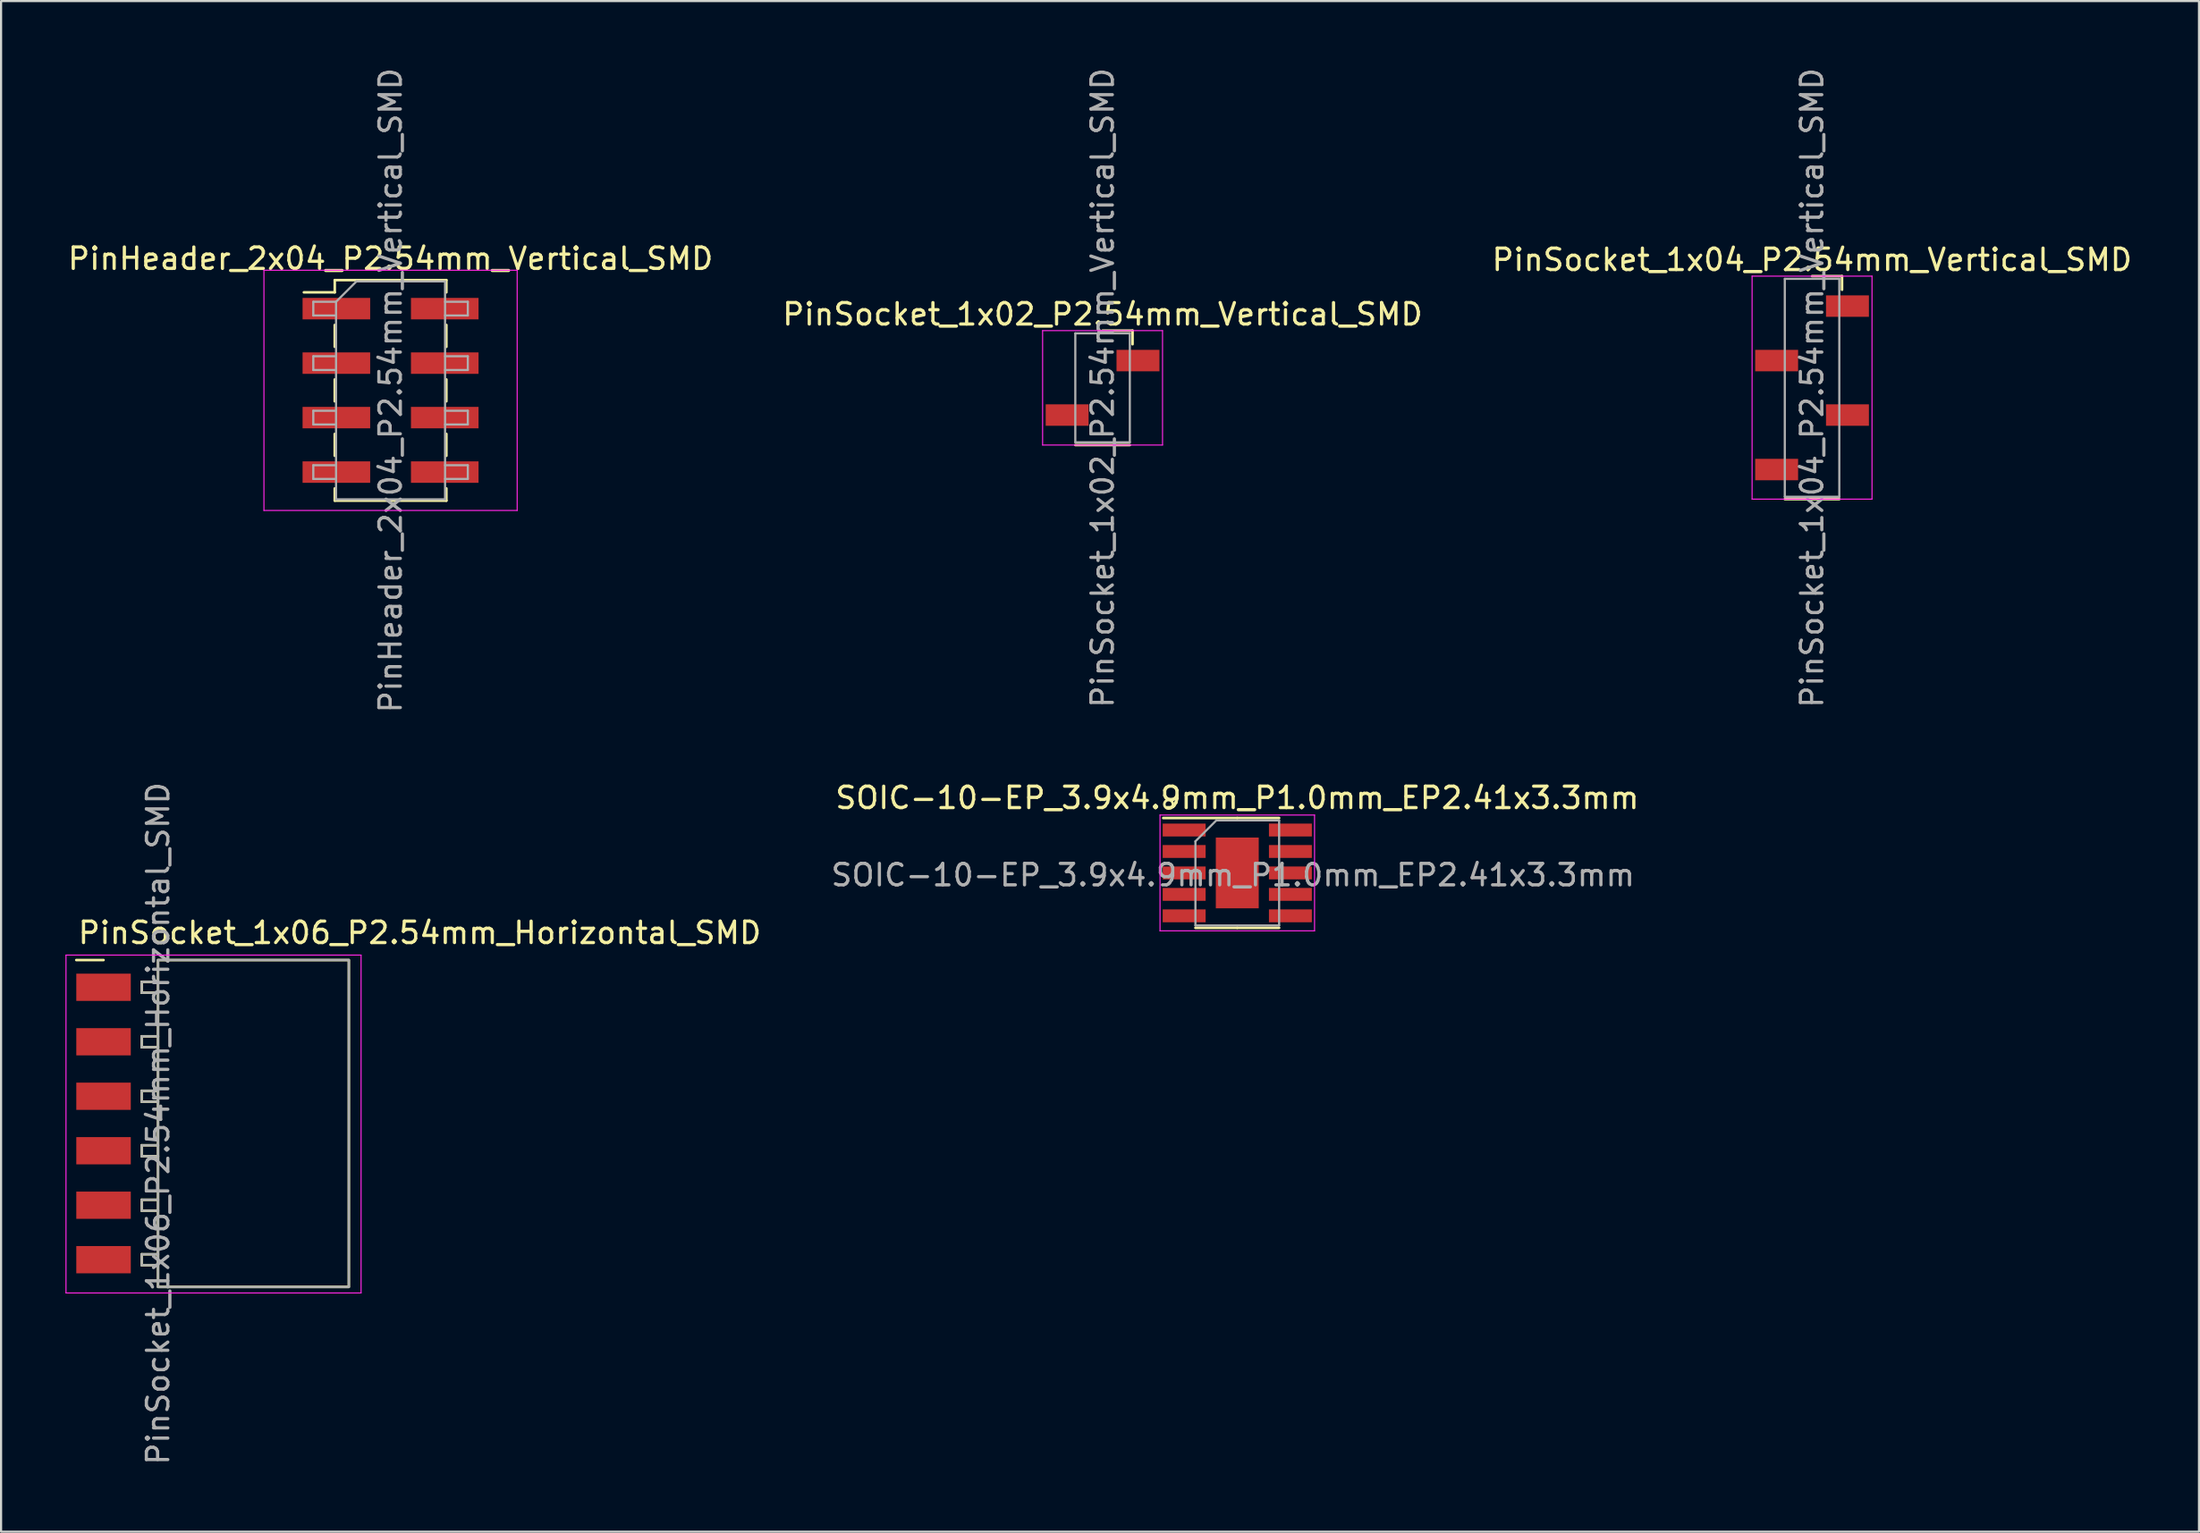
<source format=kicad_pcb>
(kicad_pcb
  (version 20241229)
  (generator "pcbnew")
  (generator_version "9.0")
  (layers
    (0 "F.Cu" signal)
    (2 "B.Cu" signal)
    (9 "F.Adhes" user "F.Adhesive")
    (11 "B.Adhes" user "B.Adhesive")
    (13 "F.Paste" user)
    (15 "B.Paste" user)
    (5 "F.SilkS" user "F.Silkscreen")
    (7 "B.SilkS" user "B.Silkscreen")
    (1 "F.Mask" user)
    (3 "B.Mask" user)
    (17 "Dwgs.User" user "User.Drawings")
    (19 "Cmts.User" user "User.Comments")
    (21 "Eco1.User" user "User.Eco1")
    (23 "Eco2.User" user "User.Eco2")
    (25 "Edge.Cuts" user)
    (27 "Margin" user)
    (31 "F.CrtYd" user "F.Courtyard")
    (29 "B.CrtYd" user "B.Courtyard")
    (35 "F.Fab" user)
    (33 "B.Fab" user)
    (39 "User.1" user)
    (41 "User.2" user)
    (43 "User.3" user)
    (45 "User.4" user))
  (footprint "SOIC-10-EP_3.9x4.9mm_P1.0mm_EP2.41x3.3mm"
    (layer "F.Cu")
    (at 54.604 37.646)
    (property "Reference" "SOIC-10-EP_3.9x4.9mm_P1.0mm_EP2.41x3.3mm" (at 0 -3.5 0) (layer "F.SilkS") (effects (font (size 1 1) (thickness 0.15))))
    (attr smd)
    (fp_line (start 0 -2.56) (end -3.45 -2.56) (stroke (width 0.12) (type solid)) (layer "F.SilkS"))
    (fp_line (start 0 -2.56) (end 1.95 -2.56) (stroke (width 0.12) (type solid)) (layer "F.SilkS"))
    (fp_line (start 0 2.56) (end -1.95 2.56) (stroke (width 0.12) (type solid)) (layer "F.SilkS"))
    (fp_line (start 0 2.56) (end 1.95 2.56) (stroke (width 0.12) (type solid)) (layer "F.SilkS"))
    (fp_circle (center -3.2 -3.2) (end -3.2 -3) (stroke (width 0.12) (type solid)) (fill no) (layer "F.SilkS"))
    (fp_line (start -3.6 -2.7) (end 3.6 -2.7) (stroke (width 0.05) (type solid)) (layer "F.CrtYd"))
    (fp_line (start -3.6 2.7) (end -3.6 -2.7) (stroke (width 0.05) (type solid)) (layer "F.CrtYd"))
    (fp_line (start 3.6 -2.7) (end 3.6 2.7) (stroke (width 0.05) (type solid)) (layer "F.CrtYd"))
    (fp_line (start 3.6 2.7) (end -3.6 2.7) (stroke (width 0.05) (type solid)) (layer "F.CrtYd"))
    (fp_line (start -1.95 -1.475) (end -0.975 -2.45) (stroke (width 0.1) (type solid)) (layer "F.Fab"))
    (fp_line (start -1.95 2.45) (end -1.95 -1.475) (stroke (width 0.1) (type solid)) (layer "F.Fab"))
    (fp_line (start -0.975 -2.45) (end 1.95 -2.45) (stroke (width 0.1) (type solid)) (layer "F.Fab"))
    (fp_line (start 1.95 -2.45) (end 1.95 2.45) (stroke (width 0.1) (type solid)) (layer "F.Fab"))
    (fp_line (start 1.95 2.45) (end -1.95 2.45) (stroke (width 0.1) (type solid)) (layer "F.Fab"))
    (fp_text user "${REFERENCE}" (at -0.2 0.1 0) (unlocked yes) (layer "F.Fab") (effects (font (size 1 1) (thickness 0.15))))
    (pad "1" smd rect (at -2.475 -2) (size 2 0.6) (layers "F.Cu"))
    (pad "2" smd rect (at -2.475 -1) (size 2 0.6) (layers "F.Cu"))
    (pad "3" smd rect (at -2.475 0) (size 2 0.6) (layers "F.Cu"))
    (pad "4" smd rect (at -2.475 1) (size 2 0.6) (layers "F.Cu"))
    (pad "5" smd rect (at -2.475 2) (size 2 0.6) (layers "F.Cu"))
    (pad "6" smd rect (at 2.475 2) (size 2 0.6) (layers "F.Cu"))
    (pad "7" smd rect (at 2.475 1) (size 2 0.6) (layers "F.Cu"))
    (pad "8" smd rect (at 2.475 0) (size 2 0.6) (layers "F.Cu"))
    (pad "9" smd rect (at 2.475 -1) (size 2 0.6) (layers "F.Cu"))
    (pad "10" smd rect (at 2.475 -2) (size 2 0.6) (layers "F.Cu"))
    (pad "11" smd rect (at 0 0) (size 2 3.3) (layers "F.Cu")))
  (footprint "PinHeader_2x04_P2.54mm_Vertical_SMD"
    (layer "F.Cu")
    (at 15.149 15.149)
    (property "Reference" "PinHeader_2x04_P2.54mm_Vertical_SMD" (at 0 -6.14 0) (layer "F.SilkS") (effects (font (size 1 1) (thickness 0.15))))
    (attr smd)
    (fp_line (start -4.04 -4.57) (end -2.6 -4.57) (stroke (width 0.12) (type solid)) (layer "F.SilkS"))
    (fp_line (start -2.6 -5.14) (end -2.6 -4.57) (stroke (width 0.12) (type solid)) (layer "F.SilkS"))
    (fp_line (start -2.6 -5.14) (end 2.6 -5.14) (stroke (width 0.12) (type solid)) (layer "F.SilkS"))
    (fp_line (start -2.6 -3.05) (end -2.6 -2.03) (stroke (width 0.12) (type solid)) (layer "F.SilkS"))
    (fp_line (start -2.6 -0.51) (end -2.6 0.51) (stroke (width 0.12) (type solid)) (layer "F.SilkS"))
    (fp_line (start -2.6 2.03) (end -2.6 3.05) (stroke (width 0.12) (type solid)) (layer "F.SilkS"))
    (fp_line (start -2.6 4.57) (end -2.6 5.14) (stroke (width 0.12) (type solid)) (layer "F.SilkS"))
    (fp_line (start -2.6 5.14) (end 2.6 5.14) (stroke (width 0.12) (type solid)) (layer "F.SilkS"))
    (fp_line (start 2.6 -5.14) (end 2.6 -4.57) (stroke (width 0.12) (type solid)) (layer "F.SilkS"))
    (fp_line (start 2.6 -3.05) (end 2.6 -2.03) (stroke (width 0.12) (type solid)) (layer "F.SilkS"))
    (fp_line (start 2.6 -0.51) (end 2.6 0.51) (stroke (width 0.12) (type solid)) (layer "F.SilkS"))
    (fp_line (start 2.6 2.03) (end 2.6 3.05) (stroke (width 0.12) (type solid)) (layer "F.SilkS"))
    (fp_line (start 2.6 4.57) (end 2.6 5.14) (stroke (width 0.12) (type solid)) (layer "F.SilkS"))
    (fp_line (start -5.9 -5.6) (end -5.9 5.6) (stroke (width 0.05) (type solid)) (layer "F.CrtYd"))
    (fp_line (start -5.9 5.6) (end 5.9 5.6) (stroke (width 0.05) (type solid)) (layer "F.CrtYd"))
    (fp_line (start 5.9 -5.6) (end -5.9 -5.6) (stroke (width 0.05) (type solid)) (layer "F.CrtYd"))
    (fp_line (start 5.9 5.6) (end 5.9 -5.6) (stroke (width 0.05) (type solid)) (layer "F.CrtYd"))
    (fp_line (start -3.6 -4.13) (end -3.6 -3.49) (stroke (width 0.1) (type solid)) (layer "F.Fab"))
    (fp_line (start -3.6 -3.49) (end -2.54 -3.49) (stroke (width 0.1) (type solid)) (layer "F.Fab"))
    (fp_line (start -3.6 -1.59) (end -3.6 -0.95) (stroke (width 0.1) (type solid)) (layer "F.Fab"))
    (fp_line (start -3.6 -0.95) (end -2.54 -0.95) (stroke (width 0.1) (type solid)) (layer "F.Fab"))
    (fp_line (start -3.6 0.95) (end -3.6 1.59) (stroke (width 0.1) (type solid)) (layer "F.Fab"))
    (fp_line (start -3.6 1.59) (end -2.54 1.59) (stroke (width 0.1) (type solid)) (layer "F.Fab"))
    (fp_line (start -3.6 3.49) (end -3.6 4.13) (stroke (width 0.1) (type solid)) (layer "F.Fab"))
    (fp_line (start -3.6 4.13) (end -2.54 4.13) (stroke (width 0.1) (type solid)) (layer "F.Fab"))
    (fp_line (start -2.54 -4.13) (end -3.6 -4.13) (stroke (width 0.1) (type solid)) (layer "F.Fab"))
    (fp_line (start -2.54 -4.13) (end -1.59 -5.08) (stroke (width 0.1) (type solid)) (layer "F.Fab"))
    (fp_line (start -2.54 -1.59) (end -3.6 -1.59) (stroke (width 0.1) (type solid)) (layer "F.Fab"))
    (fp_line (start -2.54 0.95) (end -3.6 0.95) (stroke (width 0.1) (type solid)) (layer "F.Fab"))
    (fp_line (start -2.54 3.49) (end -3.6 3.49) (stroke (width 0.1) (type solid)) (layer "F.Fab"))
    (fp_line (start -2.54 5.08) (end -2.54 -4.13) (stroke (width 0.1) (type solid)) (layer "F.Fab"))
    (fp_line (start -1.59 -5.08) (end 2.54 -5.08) (stroke (width 0.1) (type solid)) (layer "F.Fab"))
    (fp_line (start 2.54 -5.08) (end 2.54 5.08) (stroke (width 0.1) (type solid)) (layer "F.Fab"))
    (fp_line (start 2.54 -4.13) (end 3.6 -4.13) (stroke (width 0.1) (type solid)) (layer "F.Fab"))
    (fp_line (start 2.54 -1.59) (end 3.6 -1.59) (stroke (width 0.1) (type solid)) (layer "F.Fab"))
    (fp_line (start 2.54 0.95) (end 3.6 0.95) (stroke (width 0.1) (type solid)) (layer "F.Fab"))
    (fp_line (start 2.54 3.49) (end 3.6 3.49) (stroke (width 0.1) (type solid)) (layer "F.Fab"))
    (fp_line (start 2.54 5.08) (end -2.54 5.08) (stroke (width 0.1) (type solid)) (layer "F.Fab"))
    (fp_line (start 3.6 -4.13) (end 3.6 -3.49) (stroke (width 0.1) (type solid)) (layer "F.Fab"))
    (fp_line (start 3.6 -3.49) (end 2.54 -3.49) (stroke (width 0.1) (type solid)) (layer "F.Fab"))
    (fp_line (start 3.6 -1.59) (end 3.6 -0.95) (stroke (width 0.1) (type solid)) (layer "F.Fab"))
    (fp_line (start 3.6 -0.95) (end 2.54 -0.95) (stroke (width 0.1) (type solid)) (layer "F.Fab"))
    (fp_line (start 3.6 0.95) (end 3.6 1.59) (stroke (width 0.1) (type solid)) (layer "F.Fab"))
    (fp_line (start 3.6 1.59) (end 2.54 1.59) (stroke (width 0.1) (type solid)) (layer "F.Fab"))
    (fp_line (start 3.6 3.49) (end 3.6 4.13) (stroke (width 0.1) (type solid)) (layer "F.Fab"))
    (fp_line (start 3.6 4.13) (end 2.54 4.13) (stroke (width 0.1) (type solid)) (layer "F.Fab"))
    (fp_text user "${REFERENCE}" (at 0 0 90) (layer "F.Fab") (effects (font (size 1 1) (thickness 0.15))))
    (pad "1" smd rect (at -2.525 -3.81) (size 3.15 1) (layers "F.Cu" "F.Mask" "F.Paste"))
    (pad "2" smd rect (at 2.525 -3.81) (size 3.15 1) (layers "F.Cu" "F.Mask" "F.Paste"))
    (pad "3" smd rect (at -2.525 -1.27) (size 3.15 1) (layers "F.Cu" "F.Mask" "F.Paste"))
    (pad "4" smd rect (at 2.525 -1.27) (size 3.15 1) (layers "F.Cu" "F.Mask" "F.Paste"))
    (pad "5" smd rect (at -2.525 1.27) (size 3.15 1) (layers "F.Cu" "F.Mask" "F.Paste"))
    (pad "6" smd rect (at 2.525 1.27) (size 3.15 1) (layers "F.Cu" "F.Mask" "F.Paste"))
    (pad "7" smd rect (at -2.525 3.81) (size 3.15 1) (layers "F.Cu" "F.Mask" "F.Paste"))
    (pad "8" smd rect (at 2.525 3.81) (size 3.15 1) (layers "F.Cu" "F.Mask" "F.Paste")))
  (footprint "PinSocket_1x06_P2.54mm_Horizontal_SMD"
    (layer "F.Cu")
    (at 1.775 42.977)
    (property "Reference" "PinSocket_1x06_P2.54mm_Horizontal_SMD" (at -1.27 -2.54 180) (layer "F.SilkS") (effects (font (size 1 1) (thickness 0.15)) (justify left)))
    (attr smd)
    (fp_line (start -1.27 -1.27) (end 0 -1.27) (stroke (width 0.12) (type solid)) (layer "F.SilkS"))
    (fp_line (start 1.778 -0.254) (end 1.778 0.254) (stroke (width 0.12) (type solid)) (layer "F.SilkS"))
    (fp_line (start 1.778 0.254) (end 1.778 -0.254) (stroke (width 0.12) (type solid)) (layer "F.SilkS"))
    (fp_line (start 1.778 0.254) (end 2.54 0.254) (stroke (width 0.12) (type solid)) (layer "F.SilkS"))
    (fp_line (start 1.778 2.286) (end 1.778 2.794) (stroke (width 0.12) (type solid)) (layer "F.SilkS"))
    (fp_line (start 1.778 2.794) (end 2.54 2.794) (stroke (width 0.12) (type solid)) (layer "F.SilkS"))
    (fp_line (start 1.778 4.826) (end 1.778 5.334) (stroke (width 0.12) (type solid)) (layer "F.SilkS"))
    (fp_line (start 1.778 5.334) (end 2.54 5.334) (stroke (width 0.12) (type solid)) (layer "F.SilkS"))
    (fp_line (start 1.778 7.366) (end 1.778 7.874) (stroke (width 0.12) (type solid)) (layer "F.SilkS"))
    (fp_line (start 1.778 7.874) (end 2.54 7.874) (stroke (width 0.12) (type solid)) (layer "F.SilkS"))
    (fp_line (start 1.778 9.906) (end 1.778 10.414) (stroke (width 0.12) (type solid)) (layer "F.SilkS"))
    (fp_line (start 1.778 10.414) (end 2.54 10.414) (stroke (width 0.12) (type solid)) (layer "F.SilkS"))
    (fp_line (start 1.778 12.446) (end 1.778 12.954) (stroke (width 0.12) (type solid)) (layer "F.SilkS"))
    (fp_line (start 1.778 12.954) (end 2.54 12.954) (stroke (width 0.12) (type solid)) (layer "F.SilkS"))
    (fp_line (start 2.54 -0.254) (end 1.778 -0.254) (stroke (width 0.12) (type solid)) (layer "F.SilkS"))
    (fp_line (start 2.54 2.286) (end 1.778 2.286) (stroke (width 0.12) (type solid)) (layer "F.SilkS"))
    (fp_line (start 2.54 4.826) (end 1.778 4.826) (stroke (width 0.12) (type solid)) (layer "F.SilkS"))
    (fp_line (start 2.54 7.366) (end 1.778 7.366) (stroke (width 0.12) (type solid)) (layer "F.SilkS"))
    (fp_line (start 2.54 9.906) (end 1.778 9.906) (stroke (width 0.12) (type solid)) (layer "F.SilkS"))
    (fp_line (start 2.54 12.446) (end 1.778 12.446) (stroke (width 0.12) (type solid)) (layer "F.SilkS"))
    (fp_rect (start 2.54 -1.27) (end 11.43 13.97) (stroke (width 0.12) (type solid)) (fill no) (layer "F.SilkS"))
    (fp_line (start -1.75 -1.5) (end -1.75 14.25) (stroke (width 0.05) (type solid)) (layer "F.CrtYd"))
    (fp_line (start -1.75 14.25) (end 12 14.25) (stroke (width 0.05) (type solid)) (layer "F.CrtYd"))
    (fp_line (start 12 -1.5) (end -1.75 -1.5) (stroke (width 0.05) (type solid)) (layer "F.CrtYd"))
    (fp_line (start 12 14.25) (end 12 -1.5) (stroke (width 0.05) (type solid)) (layer "F.CrtYd"))
    (fp_line (start 1.778 -0.254) (end 1.778 0.254) (stroke (width 0.1) (type solid)) (layer "F.Fab"))
    (fp_line (start 1.778 0.254) (end 2.54 0.254) (stroke (width 0.1) (type solid)) (layer "F.Fab"))
    (fp_line (start 1.778 2.286) (end 1.778 2.794) (stroke (width 0.1) (type solid)) (layer "F.Fab"))
    (fp_line (start 1.778 2.794) (end 2.54 2.794) (stroke (width 0.1) (type solid)) (layer "F.Fab"))
    (fp_line (start 1.778 4.826) (end 1.778 5.334) (stroke (width 0.1) (type solid)) (layer "F.Fab"))
    (fp_line (start 1.778 5.334) (end 2.54 5.334) (stroke (width 0.1) (type solid)) (layer "F.Fab"))
    (fp_line (start 1.778 7.366) (end 1.778 7.874) (stroke (width 0.1) (type solid)) (layer "F.Fab"))
    (fp_line (start 1.778 7.874) (end 2.54 7.874) (stroke (width 0.1) (type solid)) (layer "F.Fab"))
    (fp_line (start 1.778 9.906) (end 1.778 10.414) (stroke (width 0.1) (type solid)) (layer "F.Fab"))
    (fp_line (start 1.778 10.414) (end 2.54 10.414) (stroke (width 0.1) (type solid)) (layer "F.Fab"))
    (fp_line (start 1.778 12.446) (end 1.778 12.954) (stroke (width 0.1) (type solid)) (layer "F.Fab"))
    (fp_line (start 1.778 12.954) (end 2.54 12.954) (stroke (width 0.1) (type solid)) (layer "F.Fab"))
    (fp_line (start 2.54 -1.27) (end 11.43 -1.27) (stroke (width 0.1) (type solid)) (layer "F.Fab"))
    (fp_line (start 2.54 -0.254) (end 1.778 -0.254) (stroke (width 0.1) (type solid)) (layer "F.Fab"))
    (fp_line (start 2.54 2.286) (end 1.778 2.286) (stroke (width 0.1) (type solid)) (layer "F.Fab"))
    (fp_line (start 2.54 4.826) (end 1.778 4.826) (stroke (width 0.1) (type solid)) (layer "F.Fab"))
    (fp_line (start 2.54 7.366) (end 1.778 7.366) (stroke (width 0.1) (type solid)) (layer "F.Fab"))
    (fp_line (start 2.54 9.906) (end 1.778 9.906) (stroke (width 0.1) (type solid)) (layer "F.Fab"))
    (fp_line (start 2.54 12.446) (end 1.778 12.446) (stroke (width 0.1) (type solid)) (layer "F.Fab"))
    (fp_line (start 2.54 13.97) (end 2.54 -1.27) (stroke (width 0.1) (type solid)) (layer "F.Fab"))
    (fp_line (start 2.54 13.97) (end 11.43 13.97) (stroke (width 0.1) (type solid)) (layer "F.Fab"))
    (fp_line (start 11.43 -1.27) (end 11.43 13.97) (stroke (width 0.1) (type solid)) (layer "F.Fab"))
    (fp_text user "${REFERENCE}" (at 2.54 6.35 90) (layer "F.Fab") (effects (font (size 1 1) (thickness 0.15))))
    (pad "1" smd rect (at 0 0) (size 2.54 1.27) (layers "F.Cu" "F.Mask" "F.Paste"))
    (pad "2" smd rect (at 0 2.54) (size 2.54 1.27) (layers "F.Cu" "F.Mask" "F.Paste"))
    (pad "3" smd rect (at 0 5.08) (size 2.54 1.27) (layers "F.Cu" "F.Mask" "F.Paste"))
    (pad "4" smd rect (at 0 7.62) (size 2.54 1.27) (layers "F.Cu" "F.Mask" "F.Paste"))
    (pad "5" smd rect (at 0 10.16) (size 2.54 1.27) (layers "F.Cu" "F.Mask" "F.Paste"))
    (pad "6" smd rect (at 0 12.7) (size 2.54 1.27) (layers "F.Cu" "F.Mask" "F.Paste")))
  (footprint "PinSocket_1x04_P2.54mm_Vertical_SMD"
    (layer "F.Cu")
    (at 81.387 15.03)
    (property "Reference" "PinSocket_1x04_P2.54mm_Vertical_SMD" (at 0 -5.969 180) (layer "F.SilkS") (effects (font (size 1 1) (thickness 0.15))))
    (attr smd)
    (fp_line (start -1.27 5.19) (end 1.27 5.19) (stroke (width 0.12) (type solid)) (layer "F.SilkS"))
    (fp_line (start 1.397 -5.207) (end 0 -5.207) (stroke (width 0.12) (type solid)) (layer "F.SilkS"))
    (fp_line (start 1.397 -4.572) (end 1.397 -5.207) (stroke (width 0.12) (type solid)) (layer "F.SilkS"))
    (fp_line (start -2.794 -5.207) (end -2.794 5.19) (stroke (width 0.05) (type solid)) (layer "F.CrtYd"))
    (fp_line (start -2.794 5.19) (end 2.794 5.19) (stroke (width 0.05) (type solid)) (layer "F.CrtYd"))
    (fp_line (start 2.794 -5.207) (end -2.794 -5.207) (stroke (width 0.05) (type solid)) (layer "F.CrtYd"))
    (fp_line (start 2.794 5.19) (end 2.794 -5.207) (stroke (width 0.05) (type solid)) (layer "F.CrtYd"))
    (fp_line (start -1.27 -5.08) (end 1.27 -5.08) (stroke (width 0.1) (type solid)) (layer "F.Fab"))
    (fp_line (start -1.27 5.08) (end -1.27 -5.08) (stroke (width 0.1) (type solid)) (layer "F.Fab"))
    (fp_line (start -1.27 5.08) (end 1.27 5.08) (stroke (width 0.1) (type solid)) (layer "F.Fab"))
    (fp_line (start 1.27 -5.08) (end 1.27 5.08) (stroke (width 0.1) (type solid)) (layer "F.Fab"))
    (fp_text user "${REFERENCE}" (at 0 0 90) (layer "F.Fab") (effects (font (size 1 1) (thickness 0.15))))
    (pad "1" smd rect (at 1.65 -3.81) (size 2 1) (layers "F.Cu" "F.Mask" "F.Paste"))
    (pad "2" smd rect (at -1.65 -1.27) (size 2 1) (layers "F.Cu" "F.Mask" "F.Paste"))
    (pad "3" smd rect (at 1.65 1.27) (size 2 1) (layers "F.Cu" "F.Mask" "F.Paste"))
    (pad "4" smd rect (at -1.65 3.81) (size 2 1) (layers "F.Cu" "F.Mask" "F.Paste")))
  (footprint "PinSocket_1x02_P2.54mm_Vertical_SMD"
    (layer "F.Cu")
    (at 48.327 15.03)
    (property "Reference" "PinSocket_1x02_P2.54mm_Vertical_SMD" (at 0 -3.429 180) (layer "F.SilkS") (effects (font (size 1 1) (thickness 0.15))))
    (attr smd)
    (fp_line (start -1.27 2.667) (end 1.27 2.667) (stroke (width 0.12) (type solid)) (layer "F.SilkS"))
    (fp_line (start 1.397 -2.667) (end 0 -2.667) (stroke (width 0.12) (type solid)) (layer "F.SilkS"))
    (fp_line (start 1.397 -2.032) (end 1.397 -2.667) (stroke (width 0.12) (type solid)) (layer "F.SilkS"))
    (fp_line (start -2.794 -2.667) (end -2.794 2.667) (stroke (width 0.05) (type solid)) (layer "F.CrtYd"))
    (fp_line (start -2.794 2.667) (end 2.794 2.667) (stroke (width 0.05) (type solid)) (layer "F.CrtYd"))
    (fp_line (start 2.794 -2.667) (end -2.794 -2.667) (stroke (width 0.05) (type solid)) (layer "F.CrtYd"))
    (fp_line (start 2.794 2.667) (end 2.794 -2.667) (stroke (width 0.05) (type solid)) (layer "F.CrtYd"))
    (fp_line (start -1.27 -2.54) (end 1.27 -2.54) (stroke (width 0.1) (type solid)) (layer "F.Fab"))
    (fp_line (start -1.27 2.54) (end -1.27 -2.54) (stroke (width 0.1) (type solid)) (layer "F.Fab"))
    (fp_line (start -1.27 2.54) (end 1.27 2.54) (stroke (width 0.1) (type solid)) (layer "F.Fab"))
    (fp_line (start 1.27 -2.54) (end 1.27 2.54) (stroke (width 0.1) (type solid)) (layer "F.Fab"))
    (fp_text user "${REFERENCE}" (at 0 0 90) (layer "F.Fab") (effects (font (size 1 1) (thickness 0.15))))
    (pad "1" smd rect (at 1.65 -1.27) (size 2 1) (layers "F.Cu" "F.Mask" "F.Paste"))
    (pad "2" smd rect (at -1.65 1.27) (size 2 1) (layers "F.Cu" "F.Mask" "F.Paste")))
  (gr_rect
    (start -3 -3)
    (end 99.417 68.357)
    (stroke (width 0.1) (type default))
    (fill no)
    (layer "Edge.Cuts")))
</source>
